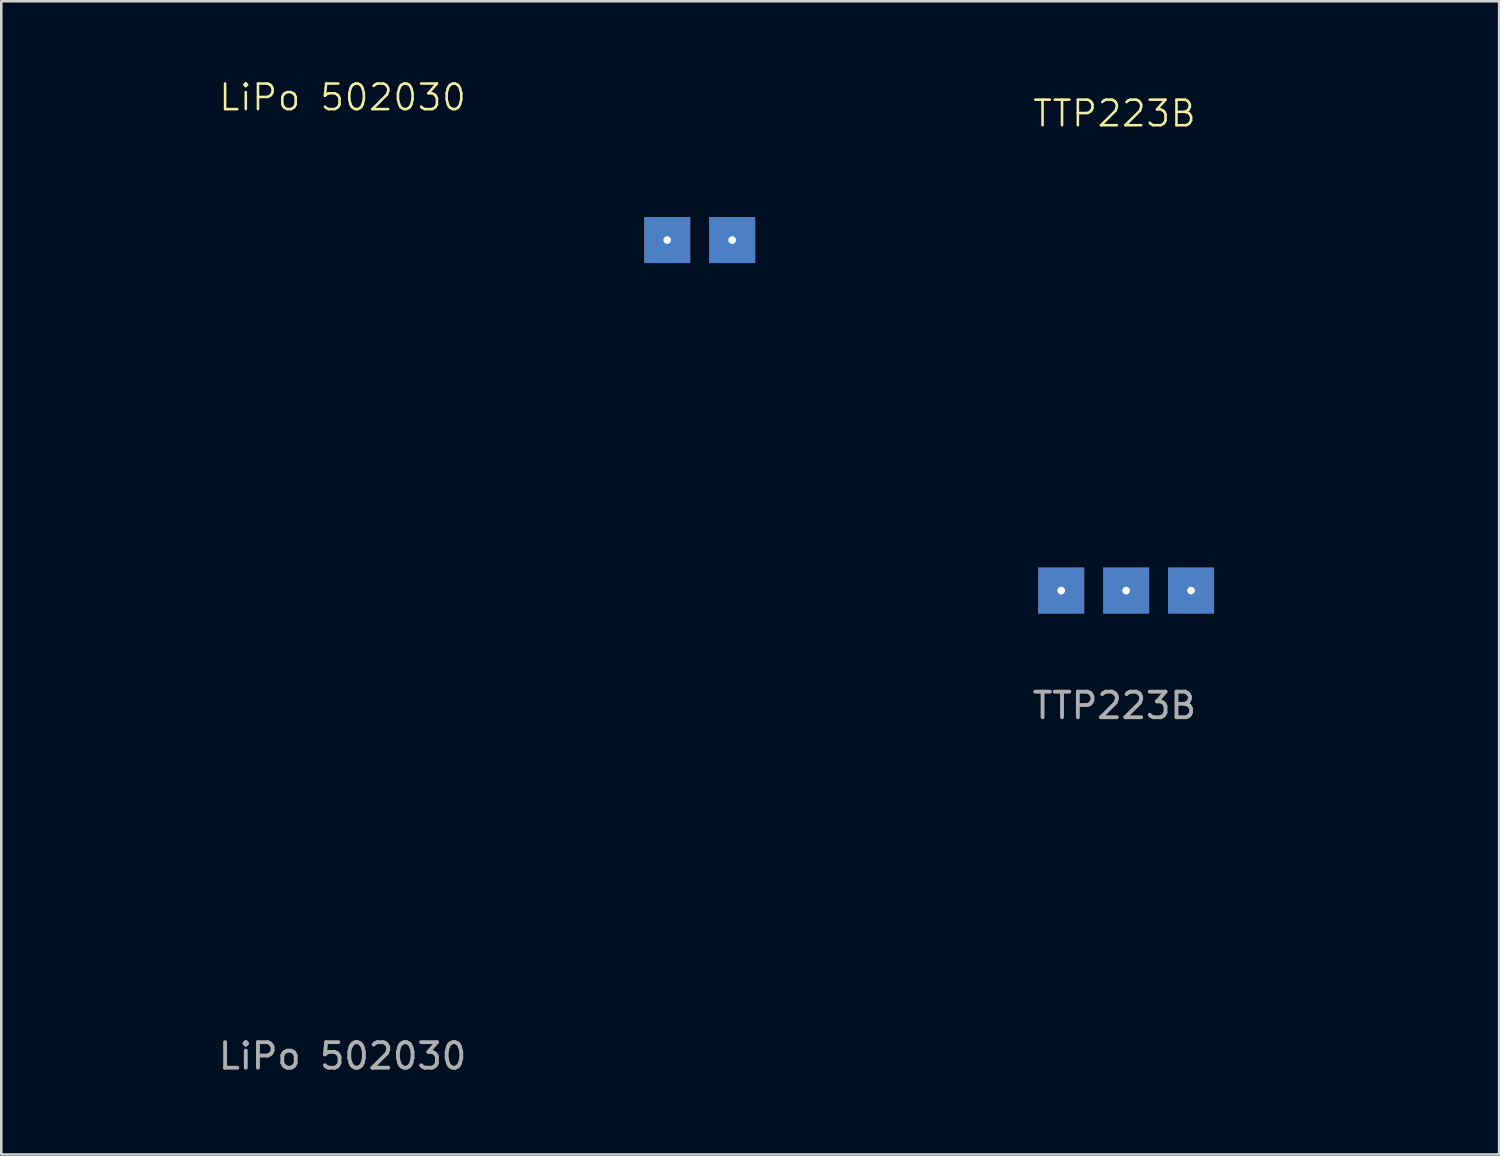
<source format=kicad_pcb>
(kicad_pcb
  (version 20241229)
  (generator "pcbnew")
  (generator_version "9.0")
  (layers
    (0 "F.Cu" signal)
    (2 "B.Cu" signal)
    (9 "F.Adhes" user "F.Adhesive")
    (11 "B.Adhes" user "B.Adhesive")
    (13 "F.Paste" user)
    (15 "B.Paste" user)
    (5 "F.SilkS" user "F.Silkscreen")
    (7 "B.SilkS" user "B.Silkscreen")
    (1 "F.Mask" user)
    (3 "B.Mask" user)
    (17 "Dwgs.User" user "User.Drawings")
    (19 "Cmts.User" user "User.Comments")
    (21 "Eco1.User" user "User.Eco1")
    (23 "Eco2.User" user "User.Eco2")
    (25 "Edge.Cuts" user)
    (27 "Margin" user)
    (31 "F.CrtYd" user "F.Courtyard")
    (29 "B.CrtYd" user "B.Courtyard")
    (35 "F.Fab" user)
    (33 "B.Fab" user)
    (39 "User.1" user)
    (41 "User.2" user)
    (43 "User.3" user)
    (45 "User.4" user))
  (footprint "TTP223B"
    (layer "F.Cu")
    (at 40.54 11.55)
    (property "Reference" "TTP223B" (at 0 -10.16 0) (unlocked yes) (layer "F.SilkS") (effects (font (size 1 1) (thickness 0.1))))
    (attr through_hole)
    (fp_rect (start -11 -11.5) (end 12 11.5) (stroke (width 0.1) (type default)) (fill no) (layer "F.Mask"))
    (fp_text user "${REFERENCE}" (at 0 13 0) (unlocked yes) (layer "F.Fab") (effects (font (size 1 1) (thickness 0.15))))
    (pad "1" thru_hole rect (at 3 8.5) (size 1.8 1.8) (drill 0.3) (layers "*.Cu" "*.Mask"))
    (pad "2" thru_hole rect (at 0.46 8.5) (size 1.8 1.8) (drill 0.3) (layers "*.Cu" "*.Mask"))
    (pad "3" thru_hole rect (at -2.08 8.5) (size 1.8 1.8) (drill 0.3) (layers "*.Cu" "*.Mask")))
  (footprint "LiPo 502030"
    (layer "F.Cu")
    (at 10.35 1.26)
    (property "Reference" "LiPo 502030" (at 0 -0.5 0) (unlocked yes) (layer "F.SilkS") (effects (font (size 1 1) (thickness 0.1))))
    (attr through_hole)
    (fp_rect (start -10.25 3) (end 10.25 35) (stroke (width 0.2) (type default)) (fill no) (layer "F.Mask"))
    (fp_text user "${REFERENCE}" (at 0 37 0) (unlocked yes) (layer "F.Fab") (effects (font (size 1 1) (thickness 0.15))))
    (pad "1" thru_hole rect (at 12.7 5.08) (size 1.8 1.8) (drill 0.3) (layers "*.Cu" "*.Mask"))
    (pad "2" thru_hole rect (at 15.24 5.08) (size 1.8 1.8) (drill 0.3) (layers "*.Cu" "*.Mask")))
  (gr_rect
    (start -3 -3)
    (end 55.59 42.109)
    (stroke (width 0.1) (type default))
    (fill no)
    (layer "Edge.Cuts")))
</source>
